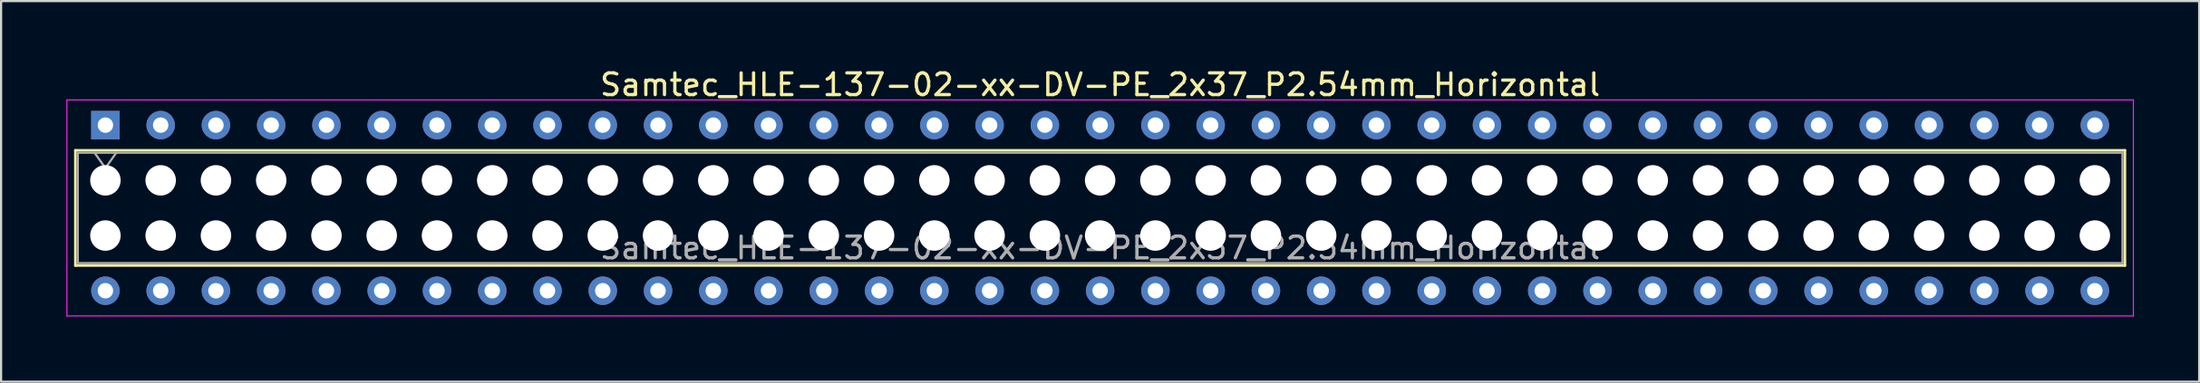
<source format=kicad_pcb>
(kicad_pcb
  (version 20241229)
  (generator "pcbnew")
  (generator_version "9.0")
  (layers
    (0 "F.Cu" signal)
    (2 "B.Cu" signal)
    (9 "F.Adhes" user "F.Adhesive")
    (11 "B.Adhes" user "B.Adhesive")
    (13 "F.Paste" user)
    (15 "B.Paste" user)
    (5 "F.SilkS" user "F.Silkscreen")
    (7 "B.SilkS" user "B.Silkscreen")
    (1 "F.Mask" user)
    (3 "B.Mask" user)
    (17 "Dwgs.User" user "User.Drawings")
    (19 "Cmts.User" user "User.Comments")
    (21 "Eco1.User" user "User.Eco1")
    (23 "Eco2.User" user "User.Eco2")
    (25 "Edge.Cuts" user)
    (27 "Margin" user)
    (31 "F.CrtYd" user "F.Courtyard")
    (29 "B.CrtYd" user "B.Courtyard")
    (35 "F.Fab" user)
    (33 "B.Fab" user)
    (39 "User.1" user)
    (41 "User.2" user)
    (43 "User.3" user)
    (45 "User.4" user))
  (footprint "Samtec_HLE-137-02-xx-DV-PE_2x37_P2.54mm_Horizontal"
    (layer "F.Cu")
    (at 1.795 2.708)
    (property "Reference" "Samtec_HLE-137-02-xx-DV-PE_2x37_P2.54mm_Horizontal" (at 45.72 -1.86 0) (layer "F.SilkS") (effects (font (size 1 1) (thickness 0.15))))
    (attr through_hole)
    (fp_line (start -1.38 1.16) (end 92.82 1.16) (stroke (width 0.12) (type solid)) (layer "F.SilkS"))
    (fp_line (start -1.38 6.46) (end -1.38 1.16) (stroke (width 0.12) (type solid)) (layer "F.SilkS"))
    (fp_line (start 92.82 1.16) (end 92.82 6.46) (stroke (width 0.12) (type solid)) (layer "F.SilkS"))
    (fp_line (start 92.82 6.46) (end -1.38 6.46) (stroke (width 0.12) (type solid)) (layer "F.SilkS"))
    (fp_line (start -1.77 -1.16) (end 93.21 -1.16) (stroke (width 0.05) (type solid)) (layer "F.CrtYd"))
    (fp_line (start -1.77 8.78) (end -1.77 -1.16) (stroke (width 0.05) (type solid)) (layer "F.CrtYd"))
    (fp_line (start 93.21 -1.16) (end 93.21 8.78) (stroke (width 0.05) (type solid)) (layer "F.CrtYd"))
    (fp_line (start 93.21 8.78) (end -1.77 8.78) (stroke (width 0.05) (type solid)) (layer "F.CrtYd"))
    (fp_line (start -1.27 1.27) (end 92.71 1.27) (stroke (width 0.1) (type solid)) (layer "F.Fab"))
    (fp_line (start -1.27 6.35) (end -1.27 1.27) (stroke (width 0.1) (type solid)) (layer "F.Fab"))
    (fp_line (start -0.5 1.27) (end 0 1.977) (stroke (width 0.1) (type solid)) (layer "F.Fab"))
    (fp_line (start 0 1.977) (end 0.5 1.27) (stroke (width 0.1) (type solid)) (layer "F.Fab"))
    (fp_line (start 92.71 1.27) (end 92.71 6.35) (stroke (width 0.1) (type solid)) (layer "F.Fab"))
    (fp_line (start 92.71 6.35) (end -1.27 6.35) (stroke (width 0.1) (type solid)) (layer "F.Fab"))
    (fp_text user "${REFERENCE}" (at 45.72 5.65 0) (layer "F.Fab") (effects (font (size 1 1) (thickness 0.15))))
    (pad "" np_thru_hole circle (at 0 2.54) (size 1.4 1.4) (drill 1.4) (layers "*.Cu" "*.Mask"))
    (pad "" np_thru_hole circle (at 0 5.08) (size 1.4 1.4) (drill 1.4) (layers "*.Cu" "*.Mask"))
    (pad "" np_thru_hole circle (at 2.54 2.54) (size 1.4 1.4) (drill 1.4) (layers "*.Cu" "*.Mask"))
    (pad "" np_thru_hole circle (at 2.54 5.08) (size 1.4 1.4) (drill 1.4) (layers "*.Cu" "*.Mask"))
    (pad "" np_thru_hole circle (at 5.08 2.54) (size 1.4 1.4) (drill 1.4) (layers "*.Cu" "*.Mask"))
    (pad "" np_thru_hole circle (at 5.08 5.08) (size 1.4 1.4) (drill 1.4) (layers "*.Cu" "*.Mask"))
    (pad "" np_thru_hole circle (at 7.62 2.54) (size 1.4 1.4) (drill 1.4) (layers "*.Cu" "*.Mask"))
    (pad "" np_thru_hole circle (at 7.62 5.08) (size 1.4 1.4) (drill 1.4) (layers "*.Cu" "*.Mask"))
    (pad "" np_thru_hole circle (at 10.16 2.54) (size 1.4 1.4) (drill 1.4) (layers "*.Cu" "*.Mask"))
    (pad "" np_thru_hole circle (at 10.16 5.08) (size 1.4 1.4) (drill 1.4) (layers "*.Cu" "*.Mask"))
    (pad "" np_thru_hole circle (at 12.7 2.54) (size 1.4 1.4) (drill 1.4) (layers "*.Cu" "*.Mask"))
    (pad "" np_thru_hole circle (at 12.7 5.08) (size 1.4 1.4) (drill 1.4) (layers "*.Cu" "*.Mask"))
    (pad "" np_thru_hole circle (at 15.24 2.54) (size 1.4 1.4) (drill 1.4) (layers "*.Cu" "*.Mask"))
    (pad "" np_thru_hole circle (at 15.24 5.08) (size 1.4 1.4) (drill 1.4) (layers "*.Cu" "*.Mask"))
    (pad "" np_thru_hole circle (at 17.78 2.54) (size 1.4 1.4) (drill 1.4) (layers "*.Cu" "*.Mask"))
    (pad "" np_thru_hole circle (at 17.78 5.08) (size 1.4 1.4) (drill 1.4) (layers "*.Cu" "*.Mask"))
    (pad "" np_thru_hole circle (at 20.32 2.54) (size 1.4 1.4) (drill 1.4) (layers "*.Cu" "*.Mask"))
    (pad "" np_thru_hole circle (at 20.32 5.08) (size 1.4 1.4) (drill 1.4) (layers "*.Cu" "*.Mask"))
    (pad "" np_thru_hole circle (at 22.86 2.54) (size 1.4 1.4) (drill 1.4) (layers "*.Cu" "*.Mask"))
    (pad "" np_thru_hole circle (at 22.86 5.08) (size 1.4 1.4) (drill 1.4) (layers "*.Cu" "*.Mask"))
    (pad "" np_thru_hole circle (at 25.4 2.54) (size 1.4 1.4) (drill 1.4) (layers "*.Cu" "*.Mask"))
    (pad "" np_thru_hole circle (at 25.4 5.08) (size 1.4 1.4) (drill 1.4) (layers "*.Cu" "*.Mask"))
    (pad "" np_thru_hole circle (at 27.94 2.54) (size 1.4 1.4) (drill 1.4) (layers "*.Cu" "*.Mask"))
    (pad "" np_thru_hole circle (at 27.94 5.08) (size 1.4 1.4) (drill 1.4) (layers "*.Cu" "*.Mask"))
    (pad "" np_thru_hole circle (at 30.48 2.54) (size 1.4 1.4) (drill 1.4) (layers "*.Cu" "*.Mask"))
    (pad "" np_thru_hole circle (at 30.48 5.08) (size 1.4 1.4) (drill 1.4) (layers "*.Cu" "*.Mask"))
    (pad "" np_thru_hole circle (at 33.02 2.54) (size 1.4 1.4) (drill 1.4) (layers "*.Cu" "*.Mask"))
    (pad "" np_thru_hole circle (at 33.02 5.08) (size 1.4 1.4) (drill 1.4) (layers "*.Cu" "*.Mask"))
    (pad "" np_thru_hole circle (at 35.56 2.54) (size 1.4 1.4) (drill 1.4) (layers "*.Cu" "*.Mask"))
    (pad "" np_thru_hole circle (at 35.56 5.08) (size 1.4 1.4) (drill 1.4) (layers "*.Cu" "*.Mask"))
    (pad "" np_thru_hole circle (at 38.1 2.54) (size 1.4 1.4) (drill 1.4) (layers "*.Cu" "*.Mask"))
    (pad "" np_thru_hole circle (at 38.1 5.08) (size 1.4 1.4) (drill 1.4) (layers "*.Cu" "*.Mask"))
    (pad "" np_thru_hole circle (at 40.64 2.54) (size 1.4 1.4) (drill 1.4) (layers "*.Cu" "*.Mask"))
    (pad "" np_thru_hole circle (at 40.64 5.08) (size 1.4 1.4) (drill 1.4) (layers "*.Cu" "*.Mask"))
    (pad "" np_thru_hole circle (at 43.18 2.54) (size 1.4 1.4) (drill 1.4) (layers "*.Cu" "*.Mask"))
    (pad "" np_thru_hole circle (at 43.18 5.08) (size 1.4 1.4) (drill 1.4) (layers "*.Cu" "*.Mask"))
    (pad "" np_thru_hole circle (at 45.72 2.54) (size 1.4 1.4) (drill 1.4) (layers "*.Cu" "*.Mask"))
    (pad "" np_thru_hole circle (at 45.72 5.08) (size 1.4 1.4) (drill 1.4) (layers "*.Cu" "*.Mask"))
    (pad "" np_thru_hole circle (at 48.26 2.54) (size 1.4 1.4) (drill 1.4) (layers "*.Cu" "*.Mask"))
    (pad "" np_thru_hole circle (at 48.26 5.08) (size 1.4 1.4) (drill 1.4) (layers "*.Cu" "*.Mask"))
    (pad "" np_thru_hole circle (at 50.8 2.54) (size 1.4 1.4) (drill 1.4) (layers "*.Cu" "*.Mask"))
    (pad "" np_thru_hole circle (at 50.8 5.08) (size 1.4 1.4) (drill 1.4) (layers "*.Cu" "*.Mask"))
    (pad "" np_thru_hole circle (at 53.34 2.54) (size 1.4 1.4) (drill 1.4) (layers "*.Cu" "*.Mask"))
    (pad "" np_thru_hole circle (at 53.34 5.08) (size 1.4 1.4) (drill 1.4) (layers "*.Cu" "*.Mask"))
    (pad "" np_thru_hole circle (at 55.88 2.54) (size 1.4 1.4) (drill 1.4) (layers "*.Cu" "*.Mask"))
    (pad "" np_thru_hole circle (at 55.88 5.08) (size 1.4 1.4) (drill 1.4) (layers "*.Cu" "*.Mask"))
    (pad "" np_thru_hole circle (at 58.42 2.54) (size 1.4 1.4) (drill 1.4) (layers "*.Cu" "*.Mask"))
    (pad "" np_thru_hole circle (at 58.42 5.08) (size 1.4 1.4) (drill 1.4) (layers "*.Cu" "*.Mask"))
    (pad "" np_thru_hole circle (at 60.96 2.54) (size 1.4 1.4) (drill 1.4) (layers "*.Cu" "*.Mask"))
    (pad "" np_thru_hole circle (at 60.96 5.08) (size 1.4 1.4) (drill 1.4) (layers "*.Cu" "*.Mask"))
    (pad "" np_thru_hole circle (at 63.5 2.54) (size 1.4 1.4) (drill 1.4) (layers "*.Cu" "*.Mask"))
    (pad "" np_thru_hole circle (at 63.5 5.08) (size 1.4 1.4) (drill 1.4) (layers "*.Cu" "*.Mask"))
    (pad "" np_thru_hole circle (at 66.04 2.54) (size 1.4 1.4) (drill 1.4) (layers "*.Cu" "*.Mask"))
    (pad "" np_thru_hole circle (at 66.04 5.08) (size 1.4 1.4) (drill 1.4) (layers "*.Cu" "*.Mask"))
    (pad "" np_thru_hole circle (at 68.58 2.54) (size 1.4 1.4) (drill 1.4) (layers "*.Cu" "*.Mask"))
    (pad "" np_thru_hole circle (at 68.58 5.08) (size 1.4 1.4) (drill 1.4) (layers "*.Cu" "*.Mask"))
    (pad "" np_thru_hole circle (at 71.12 2.54) (size 1.4 1.4) (drill 1.4) (layers "*.Cu" "*.Mask"))
    (pad "" np_thru_hole circle (at 71.12 5.08) (size 1.4 1.4) (drill 1.4) (layers "*.Cu" "*.Mask"))
    (pad "" np_thru_hole circle (at 73.66 2.54) (size 1.4 1.4) (drill 1.4) (layers "*.Cu" "*.Mask"))
    (pad "" np_thru_hole circle (at 73.66 5.08) (size 1.4 1.4) (drill 1.4) (layers "*.Cu" "*.Mask"))
    (pad "" np_thru_hole circle (at 76.2 2.54) (size 1.4 1.4) (drill 1.4) (layers "*.Cu" "*.Mask"))
    (pad "" np_thru_hole circle (at 76.2 5.08) (size 1.4 1.4) (drill 1.4) (layers "*.Cu" "*.Mask"))
    (pad "" np_thru_hole circle (at 78.74 2.54) (size 1.4 1.4) (drill 1.4) (layers "*.Cu" "*.Mask"))
    (pad "" np_thru_hole circle (at 78.74 5.08) (size 1.4 1.4) (drill 1.4) (layers "*.Cu" "*.Mask"))
    (pad "" np_thru_hole circle (at 81.28 2.54) (size 1.4 1.4) (drill 1.4) (layers "*.Cu" "*.Mask"))
    (pad "" np_thru_hole circle (at 81.28 5.08) (size 1.4 1.4) (drill 1.4) (layers "*.Cu" "*.Mask"))
    (pad "" np_thru_hole circle (at 83.82 2.54) (size 1.4 1.4) (drill 1.4) (layers "*.Cu" "*.Mask"))
    (pad "" np_thru_hole circle (at 83.82 5.08) (size 1.4 1.4) (drill 1.4) (layers "*.Cu" "*.Mask"))
    (pad "" np_thru_hole circle (at 86.36 2.54) (size 1.4 1.4) (drill 1.4) (layers "*.Cu" "*.Mask"))
    (pad "" np_thru_hole circle (at 86.36 5.08) (size 1.4 1.4) (drill 1.4) (layers "*.Cu" "*.Mask"))
    (pad "" np_thru_hole circle (at 88.9 2.54) (size 1.4 1.4) (drill 1.4) (layers "*.Cu" "*.Mask"))
    (pad "" np_thru_hole circle (at 88.9 5.08) (size 1.4 1.4) (drill 1.4) (layers "*.Cu" "*.Mask"))
    (pad "" np_thru_hole circle (at 91.44 2.54) (size 1.4 1.4) (drill 1.4) (layers "*.Cu" "*.Mask"))
    (pad "" np_thru_hole circle (at 91.44 5.08) (size 1.4 1.4) (drill 1.4) (layers "*.Cu" "*.Mask"))
    (pad "1" thru_hole rect (at 0 0) (size 1.31 1.31) (drill 0.71) (layers "*.Cu" "*.Mask"))
    (pad "2" thru_hole circle (at 0 7.62) (size 1.31 1.31) (drill 0.71) (layers "*.Cu" "*.Mask"))
    (pad "3" thru_hole circle (at 2.54 0) (size 1.31 1.31) (drill 0.71) (layers "*.Cu" "*.Mask"))
    (pad "4" thru_hole circle (at 2.54 7.62) (size 1.31 1.31) (drill 0.71) (layers "*.Cu" "*.Mask"))
    (pad "5" thru_hole circle (at 5.08 0) (size 1.31 1.31) (drill 0.71) (layers "*.Cu" "*.Mask"))
    (pad "6" thru_hole circle (at 5.08 7.62) (size 1.31 1.31) (drill 0.71) (layers "*.Cu" "*.Mask"))
    (pad "7" thru_hole circle (at 7.62 0) (size 1.31 1.31) (drill 0.71) (layers "*.Cu" "*.Mask"))
    (pad "8" thru_hole circle (at 7.62 7.62) (size 1.31 1.31) (drill 0.71) (layers "*.Cu" "*.Mask"))
    (pad "9" thru_hole circle (at 10.16 0) (size 1.31 1.31) (drill 0.71) (layers "*.Cu" "*.Mask"))
    (pad "10" thru_hole circle (at 10.16 7.62) (size 1.31 1.31) (drill 0.71) (layers "*.Cu" "*.Mask"))
    (pad "11" thru_hole circle (at 12.7 0) (size 1.31 1.31) (drill 0.71) (layers "*.Cu" "*.Mask"))
    (pad "12" thru_hole circle (at 12.7 7.62) (size 1.31 1.31) (drill 0.71) (layers "*.Cu" "*.Mask"))
    (pad "13" thru_hole circle (at 15.24 0) (size 1.31 1.31) (drill 0.71) (layers "*.Cu" "*.Mask"))
    (pad "14" thru_hole circle (at 15.24 7.62) (size 1.31 1.31) (drill 0.71) (layers "*.Cu" "*.Mask"))
    (pad "15" thru_hole circle (at 17.78 0) (size 1.31 1.31) (drill 0.71) (layers "*.Cu" "*.Mask"))
    (pad "16" thru_hole circle (at 17.78 7.62) (size 1.31 1.31) (drill 0.71) (layers "*.Cu" "*.Mask"))
    (pad "17" thru_hole circle (at 20.32 0) (size 1.31 1.31) (drill 0.71) (layers "*.Cu" "*.Mask"))
    (pad "18" thru_hole circle (at 20.32 7.62) (size 1.31 1.31) (drill 0.71) (layers "*.Cu" "*.Mask"))
    (pad "19" thru_hole circle (at 22.86 0) (size 1.31 1.31) (drill 0.71) (layers "*.Cu" "*.Mask"))
    (pad "20" thru_hole circle (at 22.86 7.62) (size 1.31 1.31) (drill 0.71) (layers "*.Cu" "*.Mask"))
    (pad "21" thru_hole circle (at 25.4 0) (size 1.31 1.31) (drill 0.71) (layers "*.Cu" "*.Mask"))
    (pad "22" thru_hole circle (at 25.4 7.62) (size 1.31 1.31) (drill 0.71) (layers "*.Cu" "*.Mask"))
    (pad "23" thru_hole circle (at 27.94 0) (size 1.31 1.31) (drill 0.71) (layers "*.Cu" "*.Mask"))
    (pad "24" thru_hole circle (at 27.94 7.62) (size 1.31 1.31) (drill 0.71) (layers "*.Cu" "*.Mask"))
    (pad "25" thru_hole circle (at 30.48 0) (size 1.31 1.31) (drill 0.71) (layers "*.Cu" "*.Mask"))
    (pad "26" thru_hole circle (at 30.48 7.62) (size 1.31 1.31) (drill 0.71) (layers "*.Cu" "*.Mask"))
    (pad "27" thru_hole circle (at 33.02 0) (size 1.31 1.31) (drill 0.71) (layers "*.Cu" "*.Mask"))
    (pad "28" thru_hole circle (at 33.02 7.62) (size 1.31 1.31) (drill 0.71) (layers "*.Cu" "*.Mask"))
    (pad "29" thru_hole circle (at 35.56 0) (size 1.31 1.31) (drill 0.71) (layers "*.Cu" "*.Mask"))
    (pad "30" thru_hole circle (at 35.56 7.62) (size 1.31 1.31) (drill 0.71) (layers "*.Cu" "*.Mask"))
    (pad "31" thru_hole circle (at 38.1 0) (size 1.31 1.31) (drill 0.71) (layers "*.Cu" "*.Mask"))
    (pad "32" thru_hole circle (at 38.1 7.62) (size 1.31 1.31) (drill 0.71) (layers "*.Cu" "*.Mask"))
    (pad "33" thru_hole circle (at 40.64 0) (size 1.31 1.31) (drill 0.71) (layers "*.Cu" "*.Mask"))
    (pad "34" thru_hole circle (at 40.64 7.62) (size 1.31 1.31) (drill 0.71) (layers "*.Cu" "*.Mask"))
    (pad "35" thru_hole circle (at 43.18 0) (size 1.31 1.31) (drill 0.71) (layers "*.Cu" "*.Mask"))
    (pad "36" thru_hole circle (at 43.18 7.62) (size 1.31 1.31) (drill 0.71) (layers "*.Cu" "*.Mask"))
    (pad "37" thru_hole circle (at 45.72 0) (size 1.31 1.31) (drill 0.71) (layers "*.Cu" "*.Mask"))
    (pad "38" thru_hole circle (at 45.72 7.62) (size 1.31 1.31) (drill 0.71) (layers "*.Cu" "*.Mask"))
    (pad "39" thru_hole circle (at 48.26 0) (size 1.31 1.31) (drill 0.71) (layers "*.Cu" "*.Mask"))
    (pad "40" thru_hole circle (at 48.26 7.62) (size 1.31 1.31) (drill 0.71) (layers "*.Cu" "*.Mask"))
    (pad "41" thru_hole circle (at 50.8 0) (size 1.31 1.31) (drill 0.71) (layers "*.Cu" "*.Mask"))
    (pad "42" thru_hole circle (at 50.8 7.62) (size 1.31 1.31) (drill 0.71) (layers "*.Cu" "*.Mask"))
    (pad "43" thru_hole circle (at 53.34 0) (size 1.31 1.31) (drill 0.71) (layers "*.Cu" "*.Mask"))
    (pad "44" thru_hole circle (at 53.34 7.62) (size 1.31 1.31) (drill 0.71) (layers "*.Cu" "*.Mask"))
    (pad "45" thru_hole circle (at 55.88 0) (size 1.31 1.31) (drill 0.71) (layers "*.Cu" "*.Mask"))
    (pad "46" thru_hole circle (at 55.88 7.62) (size 1.31 1.31) (drill 0.71) (layers "*.Cu" "*.Mask"))
    (pad "47" thru_hole circle (at 58.42 0) (size 1.31 1.31) (drill 0.71) (layers "*.Cu" "*.Mask"))
    (pad "48" thru_hole circle (at 58.42 7.62) (size 1.31 1.31) (drill 0.71) (layers "*.Cu" "*.Mask"))
    (pad "49" thru_hole circle (at 60.96 0) (size 1.31 1.31) (drill 0.71) (layers "*.Cu" "*.Mask"))
    (pad "50" thru_hole circle (at 60.96 7.62) (size 1.31 1.31) (drill 0.71) (layers "*.Cu" "*.Mask"))
    (pad "51" thru_hole circle (at 63.5 0) (size 1.31 1.31) (drill 0.71) (layers "*.Cu" "*.Mask"))
    (pad "52" thru_hole circle (at 63.5 7.62) (size 1.31 1.31) (drill 0.71) (layers "*.Cu" "*.Mask"))
    (pad "53" thru_hole circle (at 66.04 0) (size 1.31 1.31) (drill 0.71) (layers "*.Cu" "*.Mask"))
    (pad "54" thru_hole circle (at 66.04 7.62) (size 1.31 1.31) (drill 0.71) (layers "*.Cu" "*.Mask"))
    (pad "55" thru_hole circle (at 68.58 0) (size 1.31 1.31) (drill 0.71) (layers "*.Cu" "*.Mask"))
    (pad "56" thru_hole circle (at 68.58 7.62) (size 1.31 1.31) (drill 0.71) (layers "*.Cu" "*.Mask"))
    (pad "57" thru_hole circle (at 71.12 0) (size 1.31 1.31) (drill 0.71) (layers "*.Cu" "*.Mask"))
    (pad "58" thru_hole circle (at 71.12 7.62) (size 1.31 1.31) (drill 0.71) (layers "*.Cu" "*.Mask"))
    (pad "59" thru_hole circle (at 73.66 0) (size 1.31 1.31) (drill 0.71) (layers "*.Cu" "*.Mask"))
    (pad "60" thru_hole circle (at 73.66 7.62) (size 1.31 1.31) (drill 0.71) (layers "*.Cu" "*.Mask"))
    (pad "61" thru_hole circle (at 76.2 0) (size 1.31 1.31) (drill 0.71) (layers "*.Cu" "*.Mask"))
    (pad "62" thru_hole circle (at 76.2 7.62) (size 1.31 1.31) (drill 0.71) (layers "*.Cu" "*.Mask"))
    (pad "63" thru_hole circle (at 78.74 0) (size 1.31 1.31) (drill 0.71) (layers "*.Cu" "*.Mask"))
    (pad "64" thru_hole circle (at 78.74 7.62) (size 1.31 1.31) (drill 0.71) (layers "*.Cu" "*.Mask"))
    (pad "65" thru_hole circle (at 81.28 0) (size 1.31 1.31) (drill 0.71) (layers "*.Cu" "*.Mask"))
    (pad "66" thru_hole circle (at 81.28 7.62) (size 1.31 1.31) (drill 0.71) (layers "*.Cu" "*.Mask"))
    (pad "67" thru_hole circle (at 83.82 0) (size 1.31 1.31) (drill 0.71) (layers "*.Cu" "*.Mask"))
    (pad "68" thru_hole circle (at 83.82 7.62) (size 1.31 1.31) (drill 0.71) (layers "*.Cu" "*.Mask"))
    (pad "69" thru_hole circle (at 86.36 0) (size 1.31 1.31) (drill 0.71) (layers "*.Cu" "*.Mask"))
    (pad "70" thru_hole circle (at 86.36 7.62) (size 1.31 1.31) (drill 0.71) (layers "*.Cu" "*.Mask"))
    (pad "71" thru_hole circle (at 88.9 0) (size 1.31 1.31) (drill 0.71) (layers "*.Cu" "*.Mask"))
    (pad "72" thru_hole circle (at 88.9 7.62) (size 1.31 1.31) (drill 0.71) (layers "*.Cu" "*.Mask"))
    (pad "73" thru_hole circle (at 91.44 0) (size 1.31 1.31) (drill 0.71) (layers "*.Cu" "*.Mask"))
    (pad "74" thru_hole circle (at 91.44 7.62) (size 1.31 1.31) (drill 0.71) (layers "*.Cu" "*.Mask")))
  (gr_rect
    (start -3 -3)
    (end 98.03 14.513)
    (stroke (width 0.1) (type default))
    (fill no)
    (layer "Edge.Cuts")))
</source>
